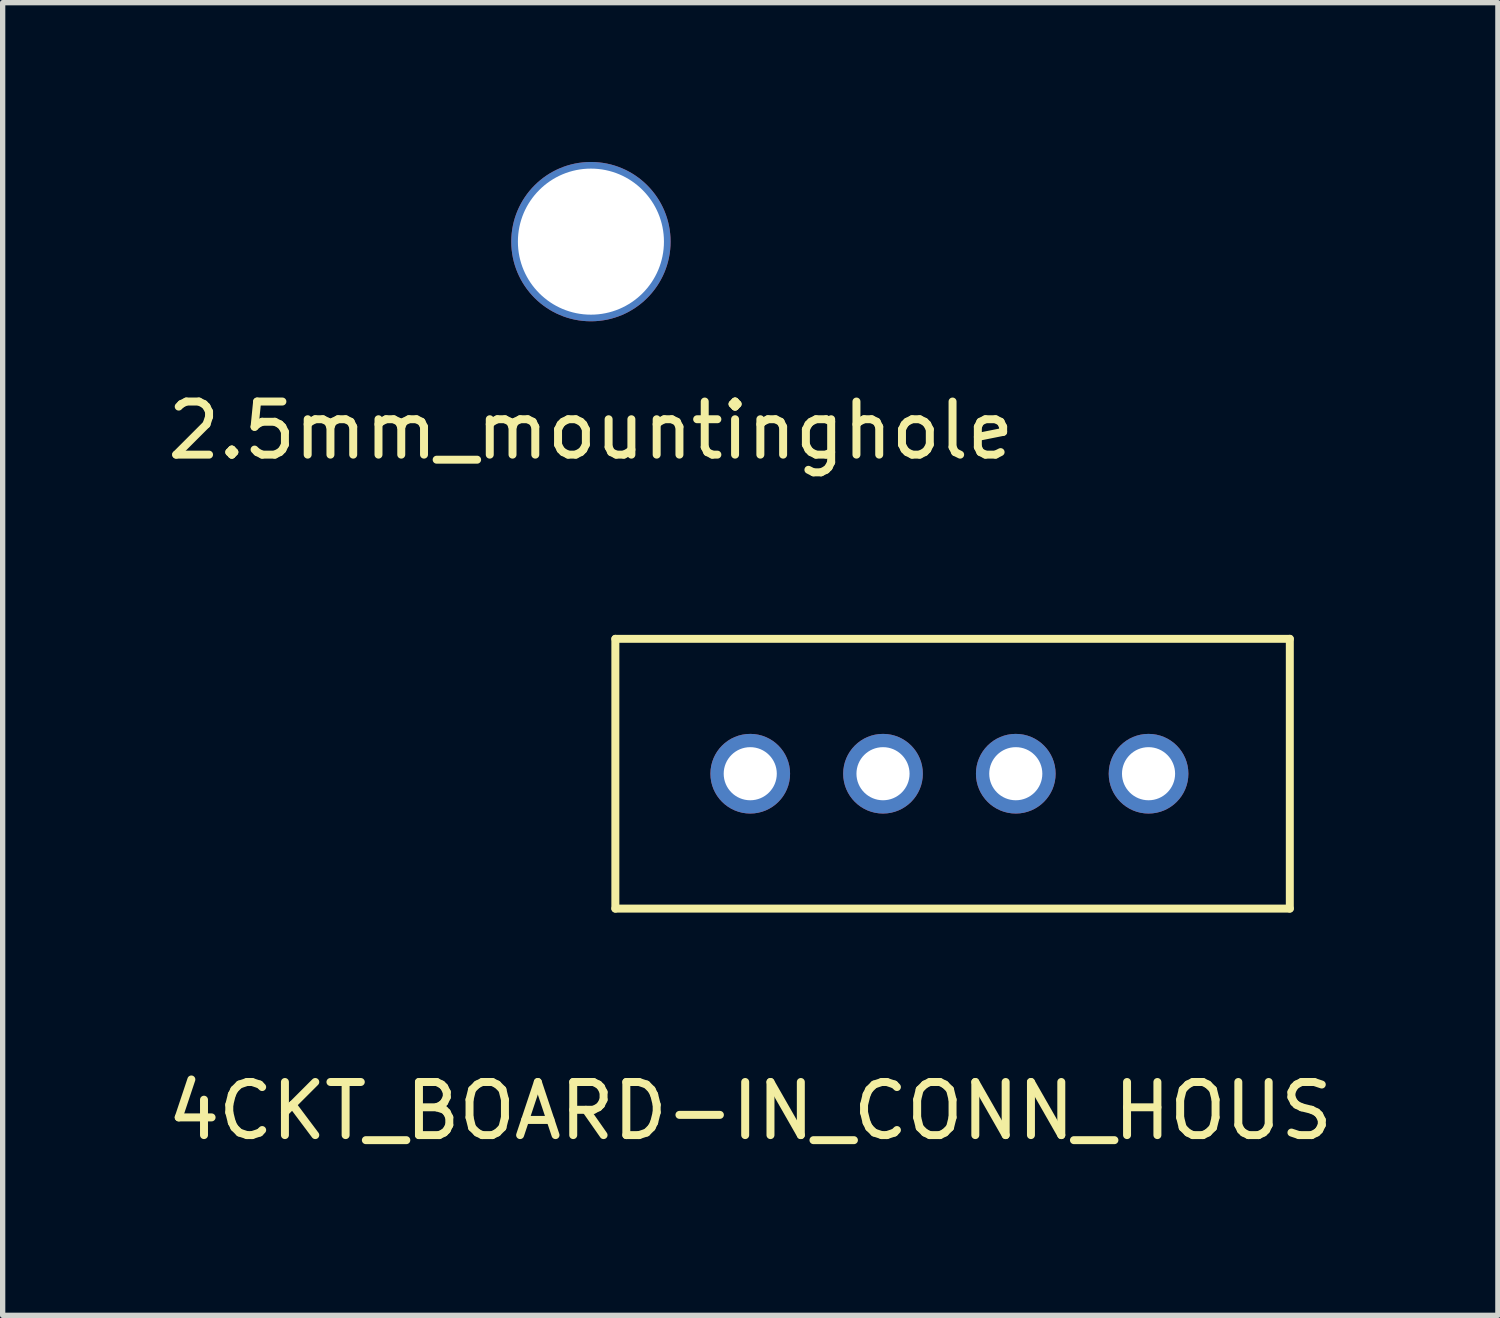
<source format=kicad_pcb>
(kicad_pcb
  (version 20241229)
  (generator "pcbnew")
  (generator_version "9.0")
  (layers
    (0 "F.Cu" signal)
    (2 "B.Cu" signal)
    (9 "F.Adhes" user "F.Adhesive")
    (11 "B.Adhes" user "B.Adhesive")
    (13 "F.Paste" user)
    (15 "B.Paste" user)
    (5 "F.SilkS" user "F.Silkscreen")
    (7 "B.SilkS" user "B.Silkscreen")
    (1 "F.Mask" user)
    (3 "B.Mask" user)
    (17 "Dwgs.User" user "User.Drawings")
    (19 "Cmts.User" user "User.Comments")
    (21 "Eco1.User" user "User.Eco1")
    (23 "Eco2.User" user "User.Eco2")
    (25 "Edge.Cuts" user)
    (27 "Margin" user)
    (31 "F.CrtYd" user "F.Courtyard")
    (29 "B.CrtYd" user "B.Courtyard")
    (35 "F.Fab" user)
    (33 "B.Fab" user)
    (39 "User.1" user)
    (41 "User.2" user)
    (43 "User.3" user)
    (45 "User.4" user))
  (footprint "2.5mm_mountinghole"
    (layer "F.Cu")
    (at 8.077 1.5)
    (property "Reference" "2.5mm_mountinghole" (at 0 3.556 0) (layer "F.SilkS") (effects (font (size 1 1) (thickness 0.15))))
    (attr through_hole)
    (pad "" np_thru_hole circle (at 0 0) (size 3 3) (drill 2.75) (layers "*.Cu" "*.Mask")))
  (footprint "4CKT_BOARD-IN_CONN_HOUS"
    (layer "F.Cu")
    (at 11.077 11.519)
    (property "Reference" "4CKT_BOARD-IN_CONN_HOUS" (at 0 6.35 0) (layer "F.SilkS") (effects (font (size 1 1) (thickness 0.15))))
    (attr through_hole)
    (fp_line (start -2.54 -2.54) (end -2.54 2.54) (stroke (width 0.15) (type solid)) (layer "F.SilkS"))
    (fp_line (start -2.54 2.54) (end 10.16 2.54) (stroke (width 0.15) (type solid)) (layer "F.SilkS"))
    (fp_line (start 10.16 -2.54) (end -2.54 -2.54) (stroke (width 0.15) (type solid)) (layer "F.SilkS"))
    (fp_line (start 10.16 2.54) (end 10.16 -2.54) (stroke (width 0.15) (type solid)) (layer "F.SilkS"))
    (pad "1" thru_hole circle (at 0 0) (size 1.5 1.5) (drill 1) (layers "*.Cu" "*.Mask"))
    (pad "2" thru_hole circle (at 2.5 0) (size 1.5 1.5) (drill 1) (layers "*.Cu" "*.Mask"))
    (pad "3" thru_hole circle (at 5 0) (size 1.5 1.5) (drill 1) (layers "*.Cu" "*.Mask"))
    (pad "4" thru_hole circle (at 7.5 0) (size 1.5 1.5) (drill 1) (layers "*.Cu" "*.Mask")))
  (gr_rect
    (start -3 -3)
    (end 25.155 21.718)
    (stroke (width 0.1) (type default))
    (fill no)
    (layer "Edge.Cuts")))
</source>
